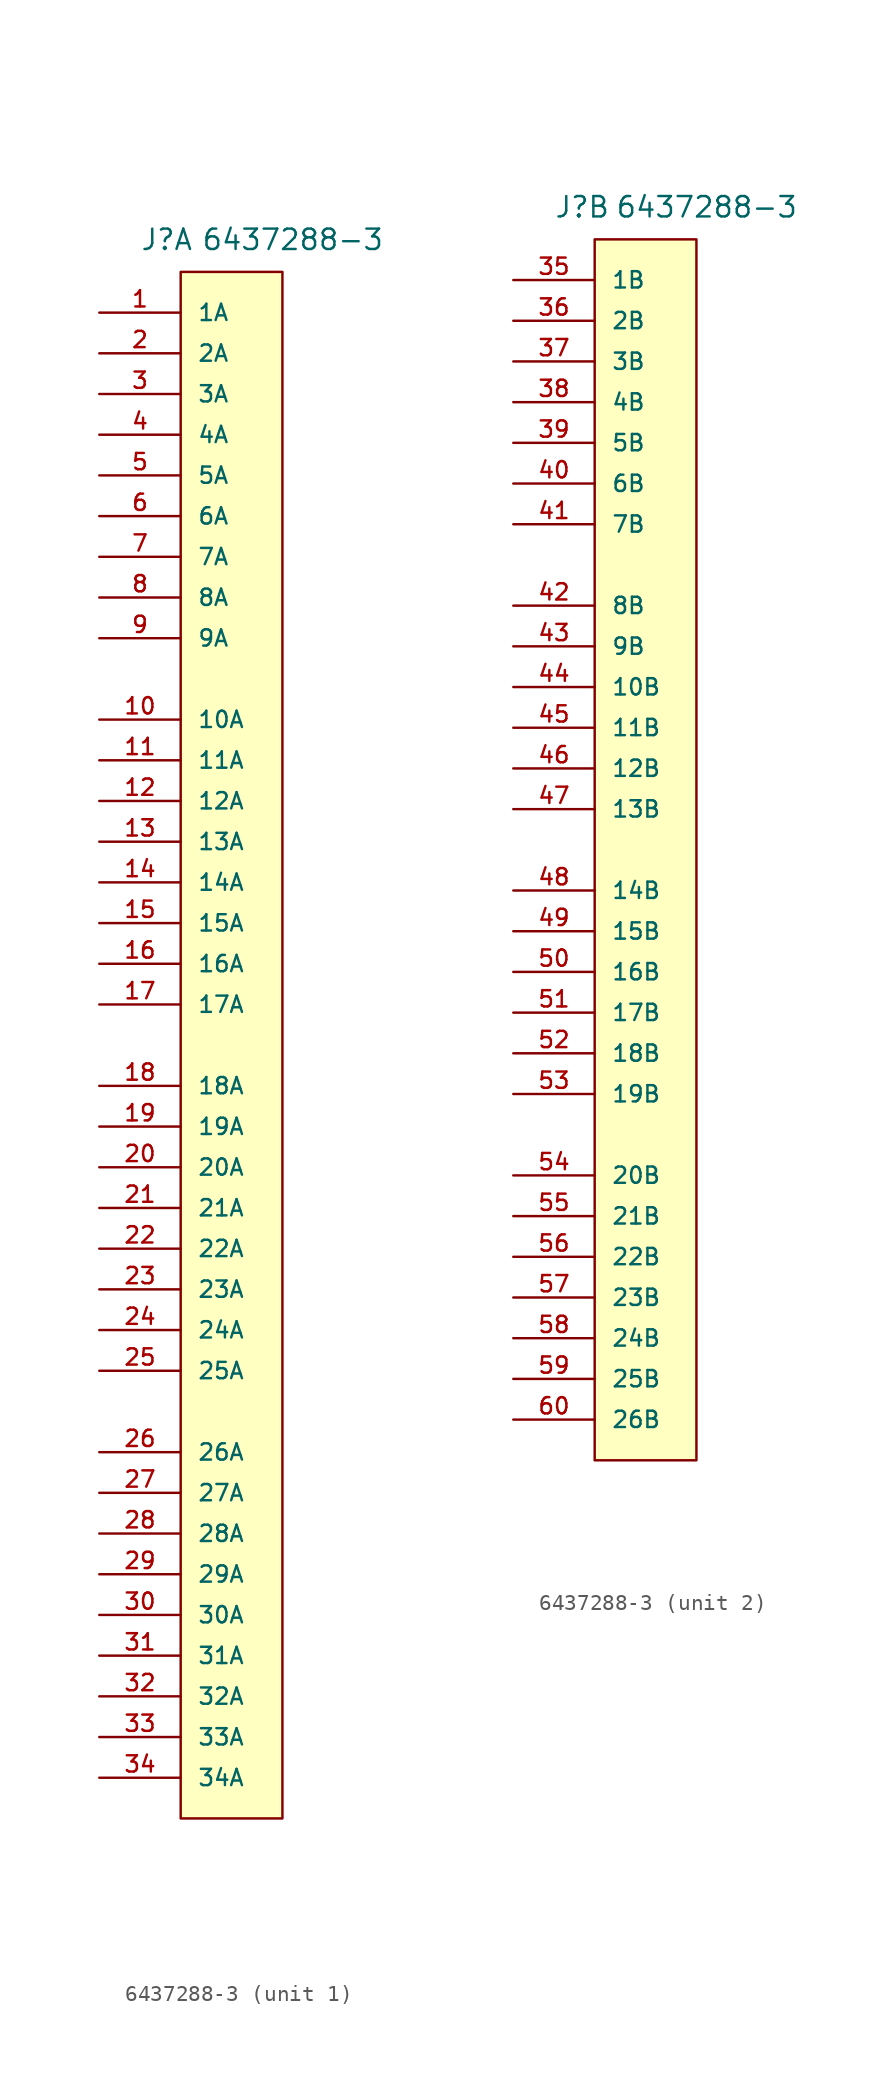
<source format=kicad_sym>
(kicad_symbol_lib
  (version 20211014)
  (generator kicad_symbol_editor)
  (symbol "6437288-3"
    (pin_names
      (offset 1.016))
    (property "Reference" "J"
      (at 2.54 3.81 0)
      (effects (font (size 1.27 1.27)) (justify left bottom)))
    (property "Value" "6437288-3"
      (at 6.35 3.81 0)
      (effects (font (size 1.27 1.27)) (justify left bottom)))
    (property "ki_locked" ""
      (at 0 0 0)
      (effects (font (size 1.27 1.27))))
    (symbol "6437288-3_1_0"
      (pin passive line (at 0 0 0) (length 5.08) (name "1A" (effects (font (size 1.016 1.016)))) (number "1" (effects (font (size 1.016 1.016)))))
      (pin passive line (at 0 -25.4 0) (length 5.08) (name "10A" (effects (font (size 1.016 1.016)))) (number "10" (effects (font (size 1.016 1.016)))))
      (pin passive line (at 0 -27.94 0) (length 5.08) (name "11A" (effects (font (size 1.016 1.016)))) (number "11" (effects (font (size 1.016 1.016)))))
      (pin passive line (at 0 -30.48 0) (length 5.08) (name "12A" (effects (font (size 1.016 1.016)))) (number "12" (effects (font (size 1.016 1.016)))))
      (pin passive line (at 0 -33.02 0) (length 5.08) (name "13A" (effects (font (size 1.016 1.016)))) (number "13" (effects (font (size 1.016 1.016)))))
      (pin passive line (at 0 -35.56 0) (length 5.08) (name "14A" (effects (font (size 1.016 1.016)))) (number "14" (effects (font (size 1.016 1.016)))))
      (pin passive line (at 0 -38.1 0) (length 5.08) (name "15A" (effects (font (size 1.016 1.016)))) (number "15" (effects (font (size 1.016 1.016)))))
      (pin passive line (at 0 -40.64 0) (length 5.08) (name "16A" (effects (font (size 1.016 1.016)))) (number "16" (effects (font (size 1.016 1.016)))))
      (pin passive line (at 0 -43.18 0) (length 5.08) (name "17A" (effects (font (size 1.016 1.016)))) (number "17" (effects (font (size 1.016 1.016)))))
      (pin passive line (at 0 -48.26 0) (length 5.08) (name "18A" (effects (font (size 1.016 1.016)))) (number "18" (effects (font (size 1.016 1.016)))))
      (pin passive line (at 0 -50.8 0) (length 5.08) (name "19A" (effects (font (size 1.016 1.016)))) (number "19" (effects (font (size 1.016 1.016)))))
      (pin passive line (at 0 -2.54 0) (length 5.08) (name "2A" (effects (font (size 1.016 1.016)))) (number "2" (effects (font (size 1.016 1.016)))))
      (pin passive line (at 0 -53.34 0) (length 5.08) (name "20A" (effects (font (size 1.016 1.016)))) (number "20" (effects (font (size 1.016 1.016)))))
      (pin passive line (at 0 -55.88 0) (length 5.08) (name "21A" (effects (font (size 1.016 1.016)))) (number "21" (effects (font (size 1.016 1.016)))))
      (pin passive line (at 0 -58.42 0) (length 5.08) (name "22A" (effects (font (size 1.016 1.016)))) (number "22" (effects (font (size 1.016 1.016)))))
      (pin passive line (at 0 -60.96 0) (length 5.08) (name "23A" (effects (font (size 1.016 1.016)))) (number "23" (effects (font (size 1.016 1.016)))))
      (pin passive line (at 0 -63.5 0) (length 5.08) (name "24A" (effects (font (size 1.016 1.016)))) (number "24" (effects (font (size 1.016 1.016)))))
      (pin passive line (at 0 -66.04 0) (length 5.08) (name "25A" (effects (font (size 1.016 1.016)))) (number "25" (effects (font (size 1.016 1.016)))))
      (pin passive line (at 0 -71.12 0) (length 5.08) (name "26A" (effects (font (size 1.016 1.016)))) (number "26" (effects (font (size 1.016 1.016)))))
      (pin passive line (at 0 -73.66 0) (length 5.08) (name "27A" (effects (font (size 1.016 1.016)))) (number "27" (effects (font (size 1.016 1.016)))))
      (pin passive line (at 0 -76.2 0) (length 5.08) (name "28A" (effects (font (size 1.016 1.016)))) (number "28" (effects (font (size 1.016 1.016)))))
      (pin passive line (at 0 -78.74 0) (length 5.08) (name "29A" (effects (font (size 1.016 1.016)))) (number "29" (effects (font (size 1.016 1.016)))))
      (pin passive line (at 0 -5.08 0) (length 5.08) (name "3A" (effects (font (size 1.016 1.016)))) (number "3" (effects (font (size 1.016 1.016)))))
      (pin passive line (at 0 -81.28 0) (length 5.08) (name "30A" (effects (font (size 1.016 1.016)))) (number "30" (effects (font (size 1.016 1.016)))))
      (pin passive line (at 0 -83.82 0) (length 5.08) (name "31A" (effects (font (size 1.016 1.016)))) (number "31" (effects (font (size 1.016 1.016)))))
      (pin passive line (at 0 -86.36 0) (length 5.08) (name "32A" (effects (font (size 1.016 1.016)))) (number "32" (effects (font (size 1.016 1.016)))))
      (pin passive line (at 0 -88.9 0) (length 5.08) (name "33A" (effects (font (size 1.016 1.016)))) (number "33" (effects (font (size 1.016 1.016)))))
      (pin passive line (at 0 -91.44 0) (length 5.08) (name "34A" (effects (font (size 1.016 1.016)))) (number "34" (effects (font (size 1.016 1.016)))))
      (pin passive line (at 0 -7.62 0) (length 5.08) (name "4A" (effects (font (size 1.016 1.016)))) (number "4" (effects (font (size 1.016 1.016)))))
      (pin passive line (at 0 -10.16 0) (length 5.08) (name "5A" (effects (font (size 1.016 1.016)))) (number "5" (effects (font (size 1.016 1.016)))))
      (pin passive line (at 0 -12.7 0) (length 5.08) (name "6A" (effects (font (size 1.016 1.016)))) (number "6" (effects (font (size 1.016 1.016)))))
      (pin passive line (at 0 -15.24 0) (length 5.08) (name "7A" (effects (font (size 1.016 1.016)))) (number "7" (effects (font (size 1.016 1.016)))))
      (pin passive line (at 0 -17.78 0) (length 5.08) (name "8A" (effects (font (size 1.016 1.016)))) (number "8" (effects (font (size 1.016 1.016)))))
      (pin passive line (at 0 -20.32 0) (length 5.08) (name "9A" (effects (font (size 1.016 1.016)))) (number "9" (effects (font (size 1.016 1.016))))))
    (symbol "6437288-3_1_1"
      (rectangle (start 5.08 2.54) (end 11.43 -93.98) (stroke (width 0) (type default) (color 0 0 0 0)) (fill (type background))))
    (symbol "6437288-3_2_0"
      (pin passive line (at 0 0 0) (length 5.08) (name "1B" (effects (font (size 1.016 1.016)))) (number "35" (effects (font (size 1.016 1.016)))))
      (pin passive line (at 0 -2.54 0) (length 5.08) (name "2B" (effects (font (size 1.016 1.016)))) (number "36" (effects (font (size 1.016 1.016)))))
      (pin passive line (at 0 -5.08 0) (length 5.08) (name "3B" (effects (font (size 1.016 1.016)))) (number "37" (effects (font (size 1.016 1.016)))))
      (pin passive line (at 0 -7.62 0) (length 5.08) (name "4B" (effects (font (size 1.016 1.016)))) (number "38" (effects (font (size 1.016 1.016)))))
      (pin passive line (at 0 -10.16 0) (length 5.08) (name "5B" (effects (font (size 1.016 1.016)))) (number "39" (effects (font (size 1.016 1.016)))))
      (pin passive line (at 0 -12.7 0) (length 5.08) (name "6B" (effects (font (size 1.016 1.016)))) (number "40" (effects (font (size 1.016 1.016)))))
      (pin passive line (at 0 -15.24 0) (length 5.08) (name "7B" (effects (font (size 1.016 1.016)))) (number "41" (effects (font (size 1.016 1.016)))))
      (pin passive line (at 0 -20.32 0) (length 5.08) (name "8B" (effects (font (size 1.016 1.016)))) (number "42" (effects (font (size 1.016 1.016)))))
      (pin passive line (at 0 -22.86 0) (length 5.08) (name "9B" (effects (font (size 1.016 1.016)))) (number "43" (effects (font (size 1.016 1.016)))))
      (pin passive line (at 0 -25.4 0) (length 5.08) (name "10B" (effects (font (size 1.016 1.016)))) (number "44" (effects (font (size 1.016 1.016)))))
      (pin passive line (at 0 -27.94 0) (length 5.08) (name "11B" (effects (font (size 1.016 1.016)))) (number "45" (effects (font (size 1.016 1.016)))))
      (pin passive line (at 0 -30.48 0) (length 5.08) (name "12B" (effects (font (size 1.016 1.016)))) (number "46" (effects (font (size 1.016 1.016)))))
      (pin passive line (at 0 -33.02 0) (length 5.08) (name "13B" (effects (font (size 1.016 1.016)))) (number "47" (effects (font (size 1.016 1.016)))))
      (pin passive line (at 0 -38.1 0) (length 5.08) (name "14B" (effects (font (size 1.016 1.016)))) (number "48" (effects (font (size 1.016 1.016)))))
      (pin passive line (at 0 -40.64 0) (length 5.08) (name "15B" (effects (font (size 1.016 1.016)))) (number "49" (effects (font (size 1.016 1.016)))))
      (pin passive line (at 0 -43.18 0) (length 5.08) (name "16B" (effects (font (size 1.016 1.016)))) (number "50" (effects (font (size 1.016 1.016)))))
      (pin passive line (at 0 -45.72 0) (length 5.08) (name "17B" (effects (font (size 1.016 1.016)))) (number "51" (effects (font (size 1.016 1.016)))))
      (pin passive line (at 0 -48.26 0) (length 5.08) (name "18B" (effects (font (size 1.016 1.016)))) (number "52" (effects (font (size 1.016 1.016)))))
      (pin passive line (at 0 -50.8 0) (length 5.08) (name "19B" (effects (font (size 1.016 1.016)))) (number "53" (effects (font (size 1.016 1.016)))))
      (pin passive line (at 0 -55.88 0) (length 5.08) (name "20B" (effects (font (size 1.016 1.016)))) (number "54" (effects (font (size 1.016 1.016)))))
      (pin passive line (at 0 -58.42 0) (length 5.08) (name "21B" (effects (font (size 1.016 1.016)))) (number "55" (effects (font (size 1.016 1.016)))))
      (pin passive line (at 0 -60.96 0) (length 5.08) (name "22B" (effects (font (size 1.016 1.016)))) (number "56" (effects (font (size 1.016 1.016)))))
      (pin passive line (at 0 -63.5 0) (length 5.08) (name "23B" (effects (font (size 1.016 1.016)))) (number "57" (effects (font (size 1.016 1.016)))))
      (pin passive line (at 0 -66.04 0) (length 5.08) (name "24B" (effects (font (size 1.016 1.016)))) (number "58" (effects (font (size 1.016 1.016)))))
      (pin passive line (at 0 -68.58 0) (length 5.08) (name "25B" (effects (font (size 1.016 1.016)))) (number "59" (effects (font (size 1.016 1.016)))))
      (pin passive line (at 0 -71.12 0) (length 5.08) (name "26B" (effects (font (size 1.016 1.016)))) (number "60" (effects (font (size 1.016 1.016))))))
    (symbol "6437288-3_2_1"
      (rectangle (start 5.08 2.54) (end 11.43 -73.66) (stroke (width 0) (type default) (color 0 0 0 0)) (fill (type background))))))
</source>
